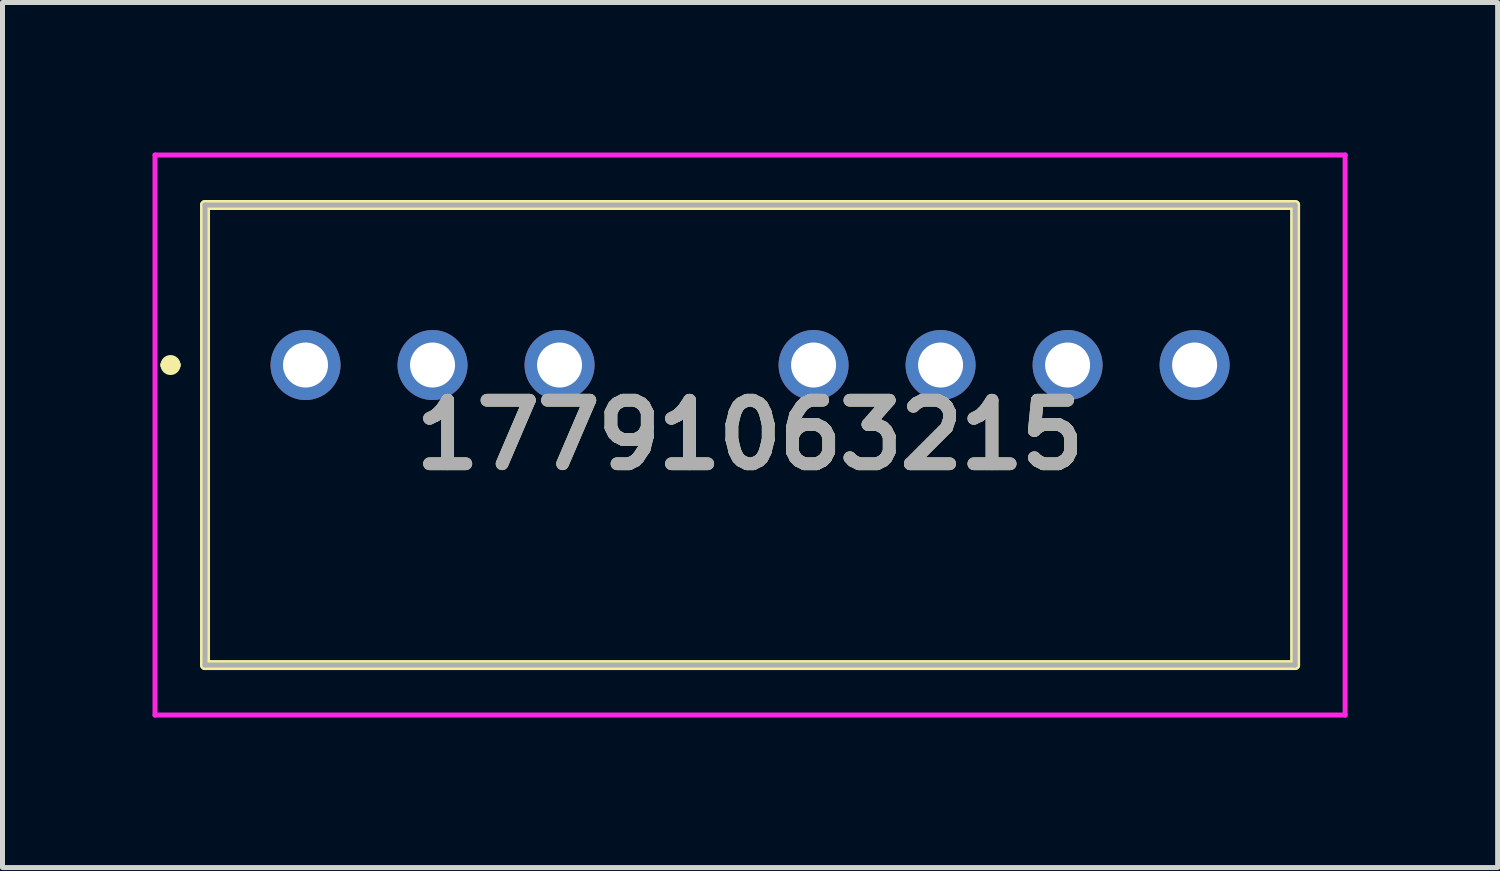
<source format=kicad_pcb>
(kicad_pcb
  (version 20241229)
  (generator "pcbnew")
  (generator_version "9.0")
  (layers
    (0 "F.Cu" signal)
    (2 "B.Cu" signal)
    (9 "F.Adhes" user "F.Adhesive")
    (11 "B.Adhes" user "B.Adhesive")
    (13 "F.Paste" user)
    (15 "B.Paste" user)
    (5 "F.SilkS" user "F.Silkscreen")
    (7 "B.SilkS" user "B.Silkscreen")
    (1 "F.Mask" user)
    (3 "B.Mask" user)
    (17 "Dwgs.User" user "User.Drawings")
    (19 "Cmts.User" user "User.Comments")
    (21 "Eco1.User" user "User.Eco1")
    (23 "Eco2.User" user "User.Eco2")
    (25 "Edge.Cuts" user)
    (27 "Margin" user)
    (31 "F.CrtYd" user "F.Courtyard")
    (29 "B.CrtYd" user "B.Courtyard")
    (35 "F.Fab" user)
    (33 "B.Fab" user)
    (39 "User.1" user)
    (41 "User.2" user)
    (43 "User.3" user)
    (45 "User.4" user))
  (footprint "17791063215"
    (layer "F.Cu")
    (at 3.06 4.25)
    (property "Reference" "17791063215" (at 8.89 1.4 0) (layer "F.SilkS") (effects (font (size 1.27 1.27) (thickness 0.254))))
    (attr through_hole)
    (fp_line (start -2.8 0) (end -2.8 0) (stroke (width 0.2) (type solid)) (layer "F.SilkS"))
    (fp_line (start -2.6 0) (end -2.6 0) (stroke (width 0.2) (type solid)) (layer "F.SilkS"))
    (fp_line (start -2.01 -3.2) (end -2.01 6) (stroke (width 0.2) (type solid)) (layer "F.SilkS"))
    (fp_line (start -2.01 6) (end 19.79 6) (stroke (width 0.2) (type solid)) (layer "F.SilkS"))
    (fp_line (start 19.79 -3.2) (end -2.01 -3.2) (stroke (width 0.2) (type solid)) (layer "F.SilkS"))
    (fp_line (start 19.79 6) (end 19.79 -3.2) (stroke (width 0.2) (type solid)) (layer "F.SilkS"))
    (fp_arc (start -2.8 0) (mid -2.7 -0.1) (end -2.6 0) (stroke (width 0.2) (type solid)) (layer "F.SilkS"))
    (fp_arc (start -2.6 0) (mid -2.7 0.1) (end -2.8 0) (stroke (width 0.2) (type solid)) (layer "F.SilkS"))
    (fp_line (start -3.01 -4.2) (end -3.01 7) (stroke (width 0.1) (type solid)) (layer "F.CrtYd"))
    (fp_line (start -3.01 7) (end 20.79 7) (stroke (width 0.1) (type solid)) (layer "F.CrtYd"))
    (fp_line (start 20.79 -4.2) (end -3.01 -4.2) (stroke (width 0.1) (type solid)) (layer "F.CrtYd"))
    (fp_line (start 20.79 7) (end 20.79 -4.2) (stroke (width 0.1) (type solid)) (layer "F.CrtYd"))
    (fp_line (start -2.01 -3.2) (end -2.01 6) (stroke (width 0.1) (type solid)) (layer "F.Fab"))
    (fp_line (start -2.01 6) (end 19.79 6) (stroke (width 0.1) (type solid)) (layer "F.Fab"))
    (fp_line (start 19.79 -3.2) (end -2.01 -3.2) (stroke (width 0.1) (type solid)) (layer "F.Fab"))
    (fp_line (start 19.79 6) (end 19.79 -3.2) (stroke (width 0.1) (type solid)) (layer "F.Fab"))
    (fp_text user "${REFERENCE}" (at 8.89 1.4 0) (layer "F.Fab") (effects (font (size 1.27 1.27) (thickness 0.254))))
    (pad "1" thru_hole circle (at 0 0) (size 1.4 1.4) (drill 0.9) (layers "*.Cu" "*.Mask"))
    (pad "2" thru_hole circle (at 2.54 0) (size 1.4 1.4) (drill 0.9) (layers "*.Cu" "*.Mask"))
    (pad "3" thru_hole circle (at 5.08 0) (size 1.4 1.4) (drill 0.9) (layers "*.Cu" "*.Mask"))
    (pad "5" thru_hole circle (at 10.16 0) (size 1.4 1.4) (drill 0.9) (layers "*.Cu" "*.Mask"))
    (pad "6" thru_hole circle (at 12.7 0) (size 1.4 1.4) (drill 0.9) (layers "*.Cu" "*.Mask"))
    (pad "7" thru_hole circle (at 15.24 0) (size 1.4 1.4) (drill 0.9) (layers "*.Cu" "*.Mask"))
    (pad "8" thru_hole circle (at 17.78 0) (size 1.4 1.4) (drill 0.9) (layers "*.Cu" "*.Mask")))
  (gr_rect
    (start -3 -3)
    (end 26.9 14.3)
    (stroke (width 0.1) (type default))
    (fill no)
    (layer "Edge.Cuts")))
</source>
